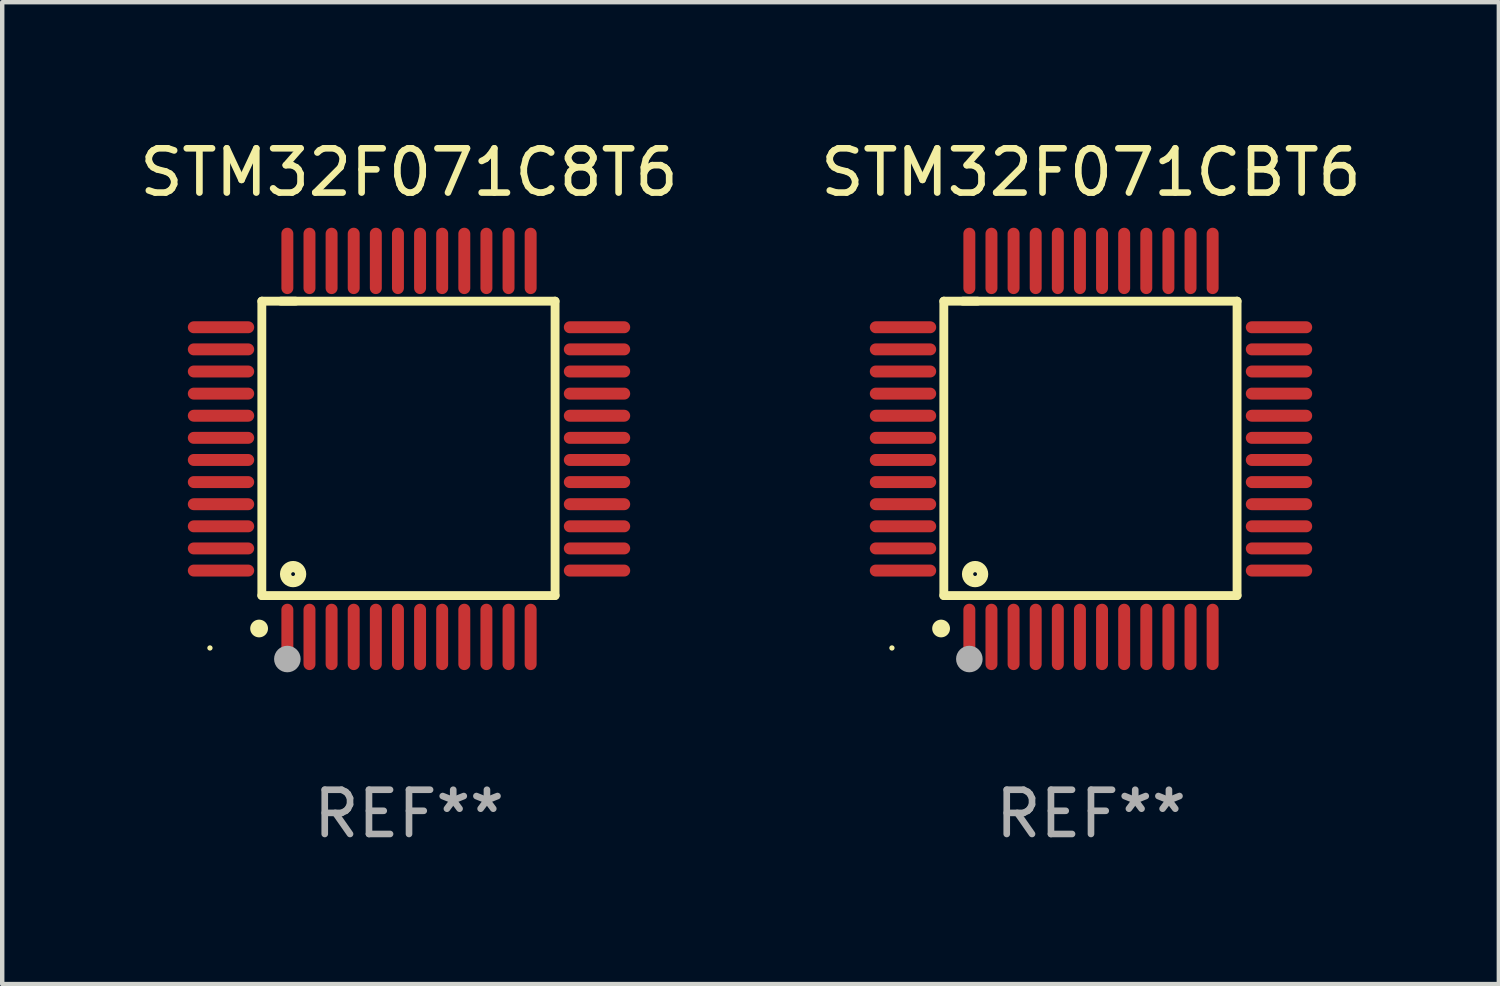
<source format=kicad_pcb>
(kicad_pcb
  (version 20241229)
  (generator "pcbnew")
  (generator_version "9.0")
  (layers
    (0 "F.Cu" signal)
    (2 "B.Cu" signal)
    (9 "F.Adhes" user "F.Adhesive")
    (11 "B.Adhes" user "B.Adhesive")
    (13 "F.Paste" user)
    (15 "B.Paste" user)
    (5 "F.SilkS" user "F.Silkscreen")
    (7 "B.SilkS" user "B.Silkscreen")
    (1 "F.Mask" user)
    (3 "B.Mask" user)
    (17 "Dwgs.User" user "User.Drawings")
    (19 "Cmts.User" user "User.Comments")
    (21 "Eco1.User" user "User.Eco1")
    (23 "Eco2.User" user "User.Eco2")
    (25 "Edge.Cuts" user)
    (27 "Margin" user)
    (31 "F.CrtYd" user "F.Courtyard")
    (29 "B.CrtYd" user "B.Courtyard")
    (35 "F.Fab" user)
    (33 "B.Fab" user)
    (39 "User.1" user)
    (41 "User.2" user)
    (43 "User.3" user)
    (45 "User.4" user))
  (footprint "STM32F071C8T6"
    (layer "F.Cu")
    (at 6.196 7.098)
    (property "Reference" "STM32F071C8T6" (at 0 -6.25 0) (layer "F.SilkS") (effects (font (size 1 1) (thickness 0.15))))
    (attr through_hole)
    (fp_line (start -3.327 -3.34) (end -2.565 -3.34) (stroke (width 0.2) (type solid)) (layer "F.SilkS"))
    (fp_line (start -3.327 3.315) (end -3.327 -3.34) (stroke (width 0.2) (type solid)) (layer "F.SilkS"))
    (fp_line (start -2.896 -3.34) (end 3.302 -3.34) (stroke (width 0.2) (type solid)) (layer "F.SilkS"))
    (fp_line (start 3.302 -3.34) (end 3.302 3.315) (stroke (width 0.2) (type solid)) (layer "F.SilkS"))
    (fp_line (start 3.302 3.315) (end -3.327 3.315) (stroke (width 0.2) (type solid)) (layer "F.SilkS"))
    (fp_arc (start -3.389992 4.059995) (mid -3.388722 4.059991) (end -3.387452 4.059995) (stroke (width 0.4) (type solid)) (layer "F.SilkS"))
    (fp_circle (center -4.5 4.5) (end -4.47 4.5) (stroke (width 0.06) (type solid)) (fill no) (layer "F.SilkS"))
    (fp_circle (center -2.62 2.83) (end -2.45 2.83) (stroke (width 0.254) (type solid)) (fill no) (layer "F.SilkS"))
    (fp_circle (center -2.75 4.75) (end -2.6 4.75) (stroke (width 0.3) (type solid)) (fill no) (layer "F.Fab"))
    (fp_text user "REF**" (at 0 8.25 0) (layer "F.Fab") (effects (font (size 1 1) (thickness 0.15))))
    (pad "1" smd oval (at -2.75 4.25) (size 0.27 1.5) (layers "F.Cu" "F.Mask" "F.Paste"))
    (pad "2" smd oval (at -2.25 4.25) (size 0.27 1.5) (layers "F.Cu" "F.Mask" "F.Paste"))
    (pad "3" smd oval (at -1.75 4.25) (size 0.27 1.5) (layers "F.Cu" "F.Mask" "F.Paste"))
    (pad "4" smd oval (at -1.25 4.25) (size 0.27 1.5) (layers "F.Cu" "F.Mask" "F.Paste"))
    (pad "5" smd oval (at -0.75 4.25) (size 0.27 1.5) (layers "F.Cu" "F.Mask" "F.Paste"))
    (pad "6" smd oval (at -0.25 4.25) (size 0.27 1.5) (layers "F.Cu" "F.Mask" "F.Paste"))
    (pad "7" smd oval (at 0.25 4.25) (size 0.27 1.5) (layers "F.Cu" "F.Mask" "F.Paste"))
    (pad "8" smd oval (at 0.75 4.25) (size 0.27 1.5) (layers "F.Cu" "F.Mask" "F.Paste"))
    (pad "9" smd oval (at 1.25 4.25) (size 0.27 1.5) (layers "F.Cu" "F.Mask" "F.Paste"))
    (pad "10" smd oval (at 1.75 4.25) (size 0.27 1.5) (layers "F.Cu" "F.Mask" "F.Paste"))
    (pad "11" smd oval (at 2.25 4.25) (size 0.27 1.5) (layers "F.Cu" "F.Mask" "F.Paste"))
    (pad "12" smd oval (at 2.75 4.25) (size 0.27 1.5) (layers "F.Cu" "F.Mask" "F.Paste"))
    (pad "13" smd oval (at 4.25 2.75) (size 1.5 0.27) (layers "F.Cu" "F.Mask" "F.Paste"))
    (pad "14" smd oval (at 4.25 2.25) (size 1.5 0.27) (layers "F.Cu" "F.Mask" "F.Paste"))
    (pad "15" smd oval (at 4.25 1.75) (size 1.5 0.27) (layers "F.Cu" "F.Mask" "F.Paste"))
    (pad "16" smd oval (at 4.25 1.25) (size 1.5 0.27) (layers "F.Cu" "F.Mask" "F.Paste"))
    (pad "17" smd oval (at 4.25 0.75) (size 1.5 0.27) (layers "F.Cu" "F.Mask" "F.Paste"))
    (pad "18" smd oval (at 4.25 0.25) (size 1.5 0.27) (layers "F.Cu" "F.Mask" "F.Paste"))
    (pad "19" smd oval (at 4.25 -0.25) (size 1.5 0.27) (layers "F.Cu" "F.Mask" "F.Paste"))
    (pad "20" smd oval (at 4.25 -0.75) (size 1.5 0.27) (layers "F.Cu" "F.Mask" "F.Paste"))
    (pad "21" smd oval (at 4.25 -1.25) (size 1.5 0.27) (layers "F.Cu" "F.Mask" "F.Paste"))
    (pad "22" smd oval (at 4.25 -1.75) (size 1.5 0.27) (layers "F.Cu" "F.Mask" "F.Paste"))
    (pad "23" smd oval (at 4.25 -2.25) (size 1.5 0.27) (layers "F.Cu" "F.Mask" "F.Paste"))
    (pad "24" smd oval (at 4.25 -2.75) (size 1.5 0.27) (layers "F.Cu" "F.Mask" "F.Paste"))
    (pad "25" smd oval (at 2.75 -4.25) (size 0.27 1.5) (layers "F.Cu" "F.Mask" "F.Paste"))
    (pad "26" smd oval (at 2.25 -4.25) (size 0.27 1.5) (layers "F.Cu" "F.Mask" "F.Paste"))
    (pad "27" smd oval (at 1.75 -4.25) (size 0.27 1.5) (layers "F.Cu" "F.Mask" "F.Paste"))
    (pad "28" smd oval (at 1.25 -4.25) (size 0.27 1.5) (layers "F.Cu" "F.Mask" "F.Paste"))
    (pad "29" smd oval (at 0.75 -4.25) (size 0.27 1.5) (layers "F.Cu" "F.Mask" "F.Paste"))
    (pad "30" smd oval (at 0.25 -4.25) (size 0.27 1.5) (layers "F.Cu" "F.Mask" "F.Paste"))
    (pad "31" smd oval (at -0.25 -4.25) (size 0.27 1.5) (layers "F.Cu" "F.Mask" "F.Paste"))
    (pad "32" smd oval (at -0.75 -4.25) (size 0.27 1.5) (layers "F.Cu" "F.Mask" "F.Paste"))
    (pad "33" smd oval (at -1.25 -4.25) (size 0.27 1.5) (layers "F.Cu" "F.Mask" "F.Paste"))
    (pad "34" smd oval (at -1.75 -4.25) (size 0.27 1.5) (layers "F.Cu" "F.Mask" "F.Paste"))
    (pad "35" smd oval (at -2.25 -4.25) (size 0.27 1.5) (layers "F.Cu" "F.Mask" "F.Paste"))
    (pad "36" smd oval (at -2.75 -4.25) (size 0.27 1.5) (layers "F.Cu" "F.Mask" "F.Paste"))
    (pad "37" smd oval (at -4.25 -2.75) (size 1.5 0.27) (layers "F.Cu" "F.Mask" "F.Paste"))
    (pad "38" smd oval (at -4.25 -2.25) (size 1.5 0.27) (layers "F.Cu" "F.Mask" "F.Paste"))
    (pad "39" smd oval (at -4.25 -1.75) (size 1.5 0.27) (layers "F.Cu" "F.Mask" "F.Paste"))
    (pad "40" smd oval (at -4.25 -1.25) (size 1.5 0.27) (layers "F.Cu" "F.Mask" "F.Paste"))
    (pad "41" smd oval (at -4.25 -0.75) (size 1.5 0.27) (layers "F.Cu" "F.Mask" "F.Paste"))
    (pad "42" smd oval (at -4.25 -0.25) (size 1.5 0.27) (layers "F.Cu" "F.Mask" "F.Paste"))
    (pad "43" smd oval (at -4.25 0.25) (size 1.5 0.27) (layers "F.Cu" "F.Mask" "F.Paste"))
    (pad "44" smd oval (at -4.25 0.75) (size 1.5 0.27) (layers "F.Cu" "F.Mask" "F.Paste"))
    (pad "45" smd oval (at -4.25 1.25) (size 1.5 0.27) (layers "F.Cu" "F.Mask" "F.Paste"))
    (pad "46" smd oval (at -4.25 1.75) (size 1.5 0.27) (layers "F.Cu" "F.Mask" "F.Paste"))
    (pad "47" smd oval (at -4.25 2.25) (size 1.5 0.27) (layers "F.Cu" "F.Mask" "F.Paste"))
    (pad "48" smd oval (at -4.25 2.75) (size 1.5 0.27) (layers "F.Cu" "F.Mask" "F.Paste")))
  (footprint "STM32F071CBT6"
    (layer "F.Cu")
    (at 21.613 7.098)
    (property "Reference" "STM32F071CBT6" (at 0 -6.25 0) (layer "F.SilkS") (effects (font (size 1 1) (thickness 0.15))))
    (attr through_hole)
    (fp_line (start -3.327 -3.34) (end -2.565 -3.34) (stroke (width 0.2) (type solid)) (layer "F.SilkS"))
    (fp_line (start -3.327 3.315) (end -3.327 -3.34) (stroke (width 0.2) (type solid)) (layer "F.SilkS"))
    (fp_line (start -2.896 -3.34) (end 3.302 -3.34) (stroke (width 0.2) (type solid)) (layer "F.SilkS"))
    (fp_line (start 3.302 -3.34) (end 3.302 3.315) (stroke (width 0.2) (type solid)) (layer "F.SilkS"))
    (fp_line (start 3.302 3.315) (end -3.327 3.315) (stroke (width 0.2) (type solid)) (layer "F.SilkS"))
    (fp_arc (start -3.389992 4.059995) (mid -3.388722 4.059991) (end -3.387452 4.059995) (stroke (width 0.4) (type solid)) (layer "F.SilkS"))
    (fp_circle (center -4.5 4.5) (end -4.47 4.5) (stroke (width 0.06) (type solid)) (fill no) (layer "F.SilkS"))
    (fp_circle (center -2.62 2.83) (end -2.45 2.83) (stroke (width 0.254) (type solid)) (fill no) (layer "F.SilkS"))
    (fp_circle (center -2.75 4.75) (end -2.6 4.75) (stroke (width 0.3) (type solid)) (fill no) (layer "F.Fab"))
    (fp_text user "REF**" (at 0 8.25 0) (layer "F.Fab") (effects (font (size 1 1) (thickness 0.15))))
    (pad "1" smd oval (at -2.75 4.25) (size 0.27 1.5) (layers "F.Cu" "F.Mask" "F.Paste"))
    (pad "2" smd oval (at -2.25 4.25) (size 0.27 1.5) (layers "F.Cu" "F.Mask" "F.Paste"))
    (pad "3" smd oval (at -1.75 4.25) (size 0.27 1.5) (layers "F.Cu" "F.Mask" "F.Paste"))
    (pad "4" smd oval (at -1.25 4.25) (size 0.27 1.5) (layers "F.Cu" "F.Mask" "F.Paste"))
    (pad "5" smd oval (at -0.75 4.25) (size 0.27 1.5) (layers "F.Cu" "F.Mask" "F.Paste"))
    (pad "6" smd oval (at -0.25 4.25) (size 0.27 1.5) (layers "F.Cu" "F.Mask" "F.Paste"))
    (pad "7" smd oval (at 0.25 4.25) (size 0.27 1.5) (layers "F.Cu" "F.Mask" "F.Paste"))
    (pad "8" smd oval (at 0.75 4.25) (size 0.27 1.5) (layers "F.Cu" "F.Mask" "F.Paste"))
    (pad "9" smd oval (at 1.25 4.25) (size 0.27 1.5) (layers "F.Cu" "F.Mask" "F.Paste"))
    (pad "10" smd oval (at 1.75 4.25) (size 0.27 1.5) (layers "F.Cu" "F.Mask" "F.Paste"))
    (pad "11" smd oval (at 2.25 4.25) (size 0.27 1.5) (layers "F.Cu" "F.Mask" "F.Paste"))
    (pad "12" smd oval (at 2.75 4.25) (size 0.27 1.5) (layers "F.Cu" "F.Mask" "F.Paste"))
    (pad "13" smd oval (at 4.25 2.75) (size 1.5 0.27) (layers "F.Cu" "F.Mask" "F.Paste"))
    (pad "14" smd oval (at 4.25 2.25) (size 1.5 0.27) (layers "F.Cu" "F.Mask" "F.Paste"))
    (pad "15" smd oval (at 4.25 1.75) (size 1.5 0.27) (layers "F.Cu" "F.Mask" "F.Paste"))
    (pad "16" smd oval (at 4.25 1.25) (size 1.5 0.27) (layers "F.Cu" "F.Mask" "F.Paste"))
    (pad "17" smd oval (at 4.25 0.75) (size 1.5 0.27) (layers "F.Cu" "F.Mask" "F.Paste"))
    (pad "18" smd oval (at 4.25 0.25) (size 1.5 0.27) (layers "F.Cu" "F.Mask" "F.Paste"))
    (pad "19" smd oval (at 4.25 -0.25) (size 1.5 0.27) (layers "F.Cu" "F.Mask" "F.Paste"))
    (pad "20" smd oval (at 4.25 -0.75) (size 1.5 0.27) (layers "F.Cu" "F.Mask" "F.Paste"))
    (pad "21" smd oval (at 4.25 -1.25) (size 1.5 0.27) (layers "F.Cu" "F.Mask" "F.Paste"))
    (pad "22" smd oval (at 4.25 -1.75) (size 1.5 0.27) (layers "F.Cu" "F.Mask" "F.Paste"))
    (pad "23" smd oval (at 4.25 -2.25) (size 1.5 0.27) (layers "F.Cu" "F.Mask" "F.Paste"))
    (pad "24" smd oval (at 4.25 -2.75) (size 1.5 0.27) (layers "F.Cu" "F.Mask" "F.Paste"))
    (pad "25" smd oval (at 2.75 -4.25) (size 0.27 1.5) (layers "F.Cu" "F.Mask" "F.Paste"))
    (pad "26" smd oval (at 2.25 -4.25) (size 0.27 1.5) (layers "F.Cu" "F.Mask" "F.Paste"))
    (pad "27" smd oval (at 1.75 -4.25) (size 0.27 1.5) (layers "F.Cu" "F.Mask" "F.Paste"))
    (pad "28" smd oval (at 1.25 -4.25) (size 0.27 1.5) (layers "F.Cu" "F.Mask" "F.Paste"))
    (pad "29" smd oval (at 0.75 -4.25) (size 0.27 1.5) (layers "F.Cu" "F.Mask" "F.Paste"))
    (pad "30" smd oval (at 0.25 -4.25) (size 0.27 1.5) (layers "F.Cu" "F.Mask" "F.Paste"))
    (pad "31" smd oval (at -0.25 -4.25) (size 0.27 1.5) (layers "F.Cu" "F.Mask" "F.Paste"))
    (pad "32" smd oval (at -0.75 -4.25) (size 0.27 1.5) (layers "F.Cu" "F.Mask" "F.Paste"))
    (pad "33" smd oval (at -1.25 -4.25) (size 0.27 1.5) (layers "F.Cu" "F.Mask" "F.Paste"))
    (pad "34" smd oval (at -1.75 -4.25) (size 0.27 1.5) (layers "F.Cu" "F.Mask" "F.Paste"))
    (pad "35" smd oval (at -2.25 -4.25) (size 0.27 1.5) (layers "F.Cu" "F.Mask" "F.Paste"))
    (pad "36" smd oval (at -2.75 -4.25) (size 0.27 1.5) (layers "F.Cu" "F.Mask" "F.Paste"))
    (pad "37" smd oval (at -4.25 -2.75) (size 1.5 0.27) (layers "F.Cu" "F.Mask" "F.Paste"))
    (pad "38" smd oval (at -4.25 -2.25) (size 1.5 0.27) (layers "F.Cu" "F.Mask" "F.Paste"))
    (pad "39" smd oval (at -4.25 -1.75) (size 1.5 0.27) (layers "F.Cu" "F.Mask" "F.Paste"))
    (pad "40" smd oval (at -4.25 -1.25) (size 1.5 0.27) (layers "F.Cu" "F.Mask" "F.Paste"))
    (pad "41" smd oval (at -4.25 -0.75) (size 1.5 0.27) (layers "F.Cu" "F.Mask" "F.Paste"))
    (pad "42" smd oval (at -4.25 -0.25) (size 1.5 0.27) (layers "F.Cu" "F.Mask" "F.Paste"))
    (pad "43" smd oval (at -4.25 0.25) (size 1.5 0.27) (layers "F.Cu" "F.Mask" "F.Paste"))
    (pad "44" smd oval (at -4.25 0.75) (size 1.5 0.27) (layers "F.Cu" "F.Mask" "F.Paste"))
    (pad "45" smd oval (at -4.25 1.25) (size 1.5 0.27) (layers "F.Cu" "F.Mask" "F.Paste"))
    (pad "46" smd oval (at -4.25 1.75) (size 1.5 0.27) (layers "F.Cu" "F.Mask" "F.Paste"))
    (pad "47" smd oval (at -4.25 2.25) (size 1.5 0.27) (layers "F.Cu" "F.Mask" "F.Paste"))
    (pad "48" smd oval (at -4.25 2.75) (size 1.5 0.27) (layers "F.Cu" "F.Mask" "F.Paste")))
  (gr_rect
    (start -3 -3)
    (end 30.833 19.196)
    (stroke (width 0.1) (type default))
    (fill no)
    (layer "Edge.Cuts")))
</source>
